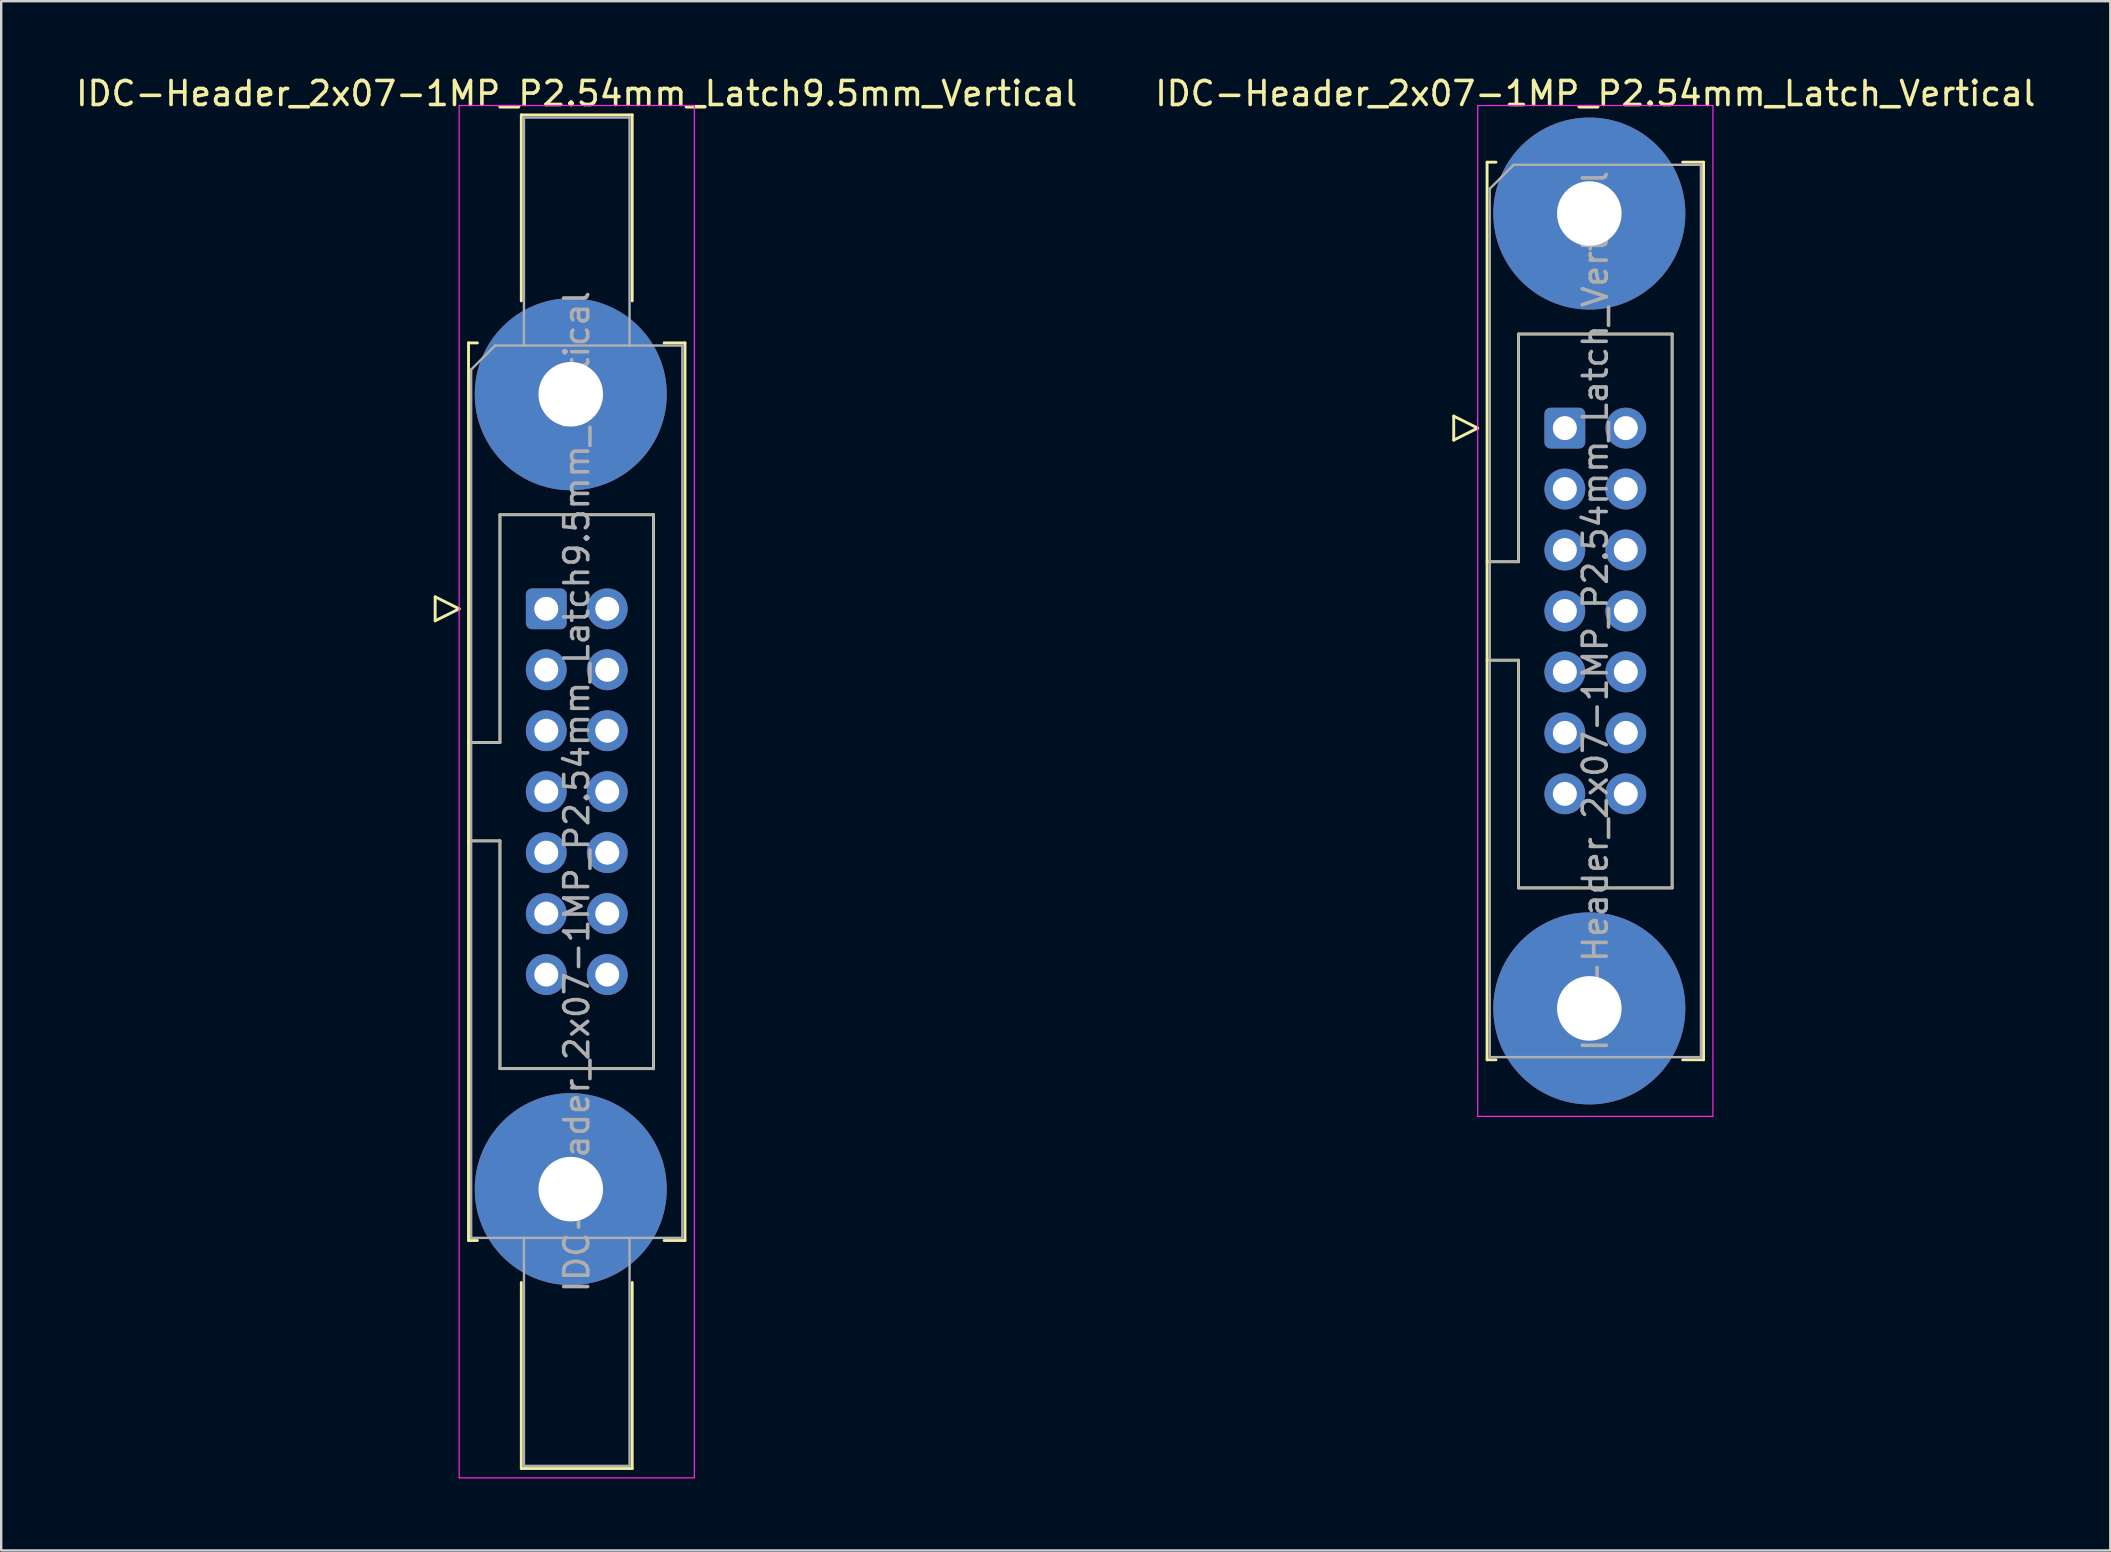
<source format=kicad_pcb>
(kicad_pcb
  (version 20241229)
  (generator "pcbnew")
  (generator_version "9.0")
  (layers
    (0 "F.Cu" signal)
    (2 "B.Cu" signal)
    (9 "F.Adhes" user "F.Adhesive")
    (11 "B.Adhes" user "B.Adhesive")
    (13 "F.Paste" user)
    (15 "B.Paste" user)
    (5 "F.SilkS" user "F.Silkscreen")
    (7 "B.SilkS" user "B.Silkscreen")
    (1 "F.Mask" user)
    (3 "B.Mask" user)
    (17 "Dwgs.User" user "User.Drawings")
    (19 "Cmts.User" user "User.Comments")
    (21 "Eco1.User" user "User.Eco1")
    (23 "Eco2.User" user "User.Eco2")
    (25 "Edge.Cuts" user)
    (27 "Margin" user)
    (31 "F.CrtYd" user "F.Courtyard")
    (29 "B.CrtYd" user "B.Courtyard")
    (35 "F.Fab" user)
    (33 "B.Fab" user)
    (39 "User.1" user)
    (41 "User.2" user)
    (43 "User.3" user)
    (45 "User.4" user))
  (footprint "IDC-Header_2x07-1MP_P2.54mm_Latch9.5mm_Vertical"
    (layer "F.Cu")
    (at 19.712 22.318)
    (property "Reference" "IDC-Header_2x07-1MP_P2.54mm_Latch9.5mm_Vertical" (at 1.27 -21.47 0) (layer "F.SilkS") (effects (font (size 1 1) (thickness 0.15))))
    (attr through_hole)
    (fp_line (start -4.63 -0.5) (end -4.63 0.5) (stroke (width 0.12) (type solid)) (layer "F.SilkS"))
    (fp_line (start -4.63 0.5) (end -3.63 0) (stroke (width 0.12) (type solid)) (layer "F.SilkS"))
    (fp_line (start -3.63 0) (end -4.63 -0.5) (stroke (width 0.12) (type solid)) (layer "F.SilkS"))
    (fp_line (start -3.24 -11.08) (end -3.24 26.32) (stroke (width 0.12) (type solid)) (layer "F.SilkS"))
    (fp_line (start -3.24 5.57) (end -1.93 5.57) (stroke (width 0.12) (type solid)) (layer "F.SilkS"))
    (fp_line (start -3.24 26.32) (end -2.87 26.32) (stroke (width 0.12) (type solid)) (layer "F.SilkS"))
    (fp_line (start -2.87 -11.08) (end -3.24 -11.08) (stroke (width 0.12) (type solid)) (layer "F.SilkS"))
    (fp_line (start -1.93 -3.92) (end 4.47 -3.92) (stroke (width 0.12) (type solid)) (layer "F.SilkS"))
    (fp_line (start -1.93 5.57) (end -1.93 -3.92) (stroke (width 0.12) (type solid)) (layer "F.SilkS"))
    (fp_line (start -1.93 9.67) (end -3.24 9.67) (stroke (width 0.12) (type solid)) (layer "F.SilkS"))
    (fp_line (start -1.93 19.16) (end -1.93 9.67) (stroke (width 0.12) (type solid)) (layer "F.SilkS"))
    (fp_line (start -1.04 -20.58) (end 3.58 -20.58) (stroke (width 0.12) (type solid)) (layer "F.SilkS"))
    (fp_line (start -1.04 -12.83) (end -1.04 -20.58) (stroke (width 0.12) (type solid)) (layer "F.SilkS"))
    (fp_line (start -1.04 28.07) (end -1.04 35.82) (stroke (width 0.12) (type solid)) (layer "F.SilkS"))
    (fp_line (start -1.04 35.82) (end 3.58 35.82) (stroke (width 0.12) (type solid)) (layer "F.SilkS"))
    (fp_line (start 3.58 -20.58) (end 3.58 -12.83) (stroke (width 0.12) (type solid)) (layer "F.SilkS"))
    (fp_line (start 3.58 35.82) (end 3.58 28.07) (stroke (width 0.12) (type solid)) (layer "F.SilkS"))
    (fp_line (start 4.47 -3.92) (end 4.47 19.16) (stroke (width 0.12) (type solid)) (layer "F.SilkS"))
    (fp_line (start 4.47 19.16) (end -1.93 19.16) (stroke (width 0.12) (type solid)) (layer "F.SilkS"))
    (fp_line (start 4.91 -11.08) (end 5.78 -11.08) (stroke (width 0.12) (type solid)) (layer "F.SilkS"))
    (fp_line (start 5.78 -11.08) (end 5.78 26.32) (stroke (width 0.12) (type solid)) (layer "F.SilkS"))
    (fp_line (start 5.78 26.32) (end 4.91 26.32) (stroke (width 0.12) (type solid)) (layer "F.SilkS"))
    (fp_line (start -3.63 -20.97) (end -3.63 36.21) (stroke (width 0.05) (type solid)) (layer "F.CrtYd"))
    (fp_line (start -3.63 36.21) (end 6.17 36.21) (stroke (width 0.05) (type solid)) (layer "F.CrtYd"))
    (fp_line (start 6.17 -20.97) (end -3.63 -20.97) (stroke (width 0.05) (type solid)) (layer "F.CrtYd"))
    (fp_line (start 6.17 36.21) (end 6.17 -20.97) (stroke (width 0.05) (type solid)) (layer "F.CrtYd"))
    (fp_line (start -3.13 -9.97) (end -2.13 -10.97) (stroke (width 0.1) (type solid)) (layer "F.Fab"))
    (fp_line (start -3.13 5.57) (end -1.93 5.57) (stroke (width 0.1) (type solid)) (layer "F.Fab"))
    (fp_line (start -3.13 26.21) (end -3.13 -9.97) (stroke (width 0.1) (type solid)) (layer "F.Fab"))
    (fp_line (start -2.13 -10.97) (end 5.67 -10.97) (stroke (width 0.1) (type solid)) (layer "F.Fab"))
    (fp_line (start -1.93 -3.92) (end 4.47 -3.92) (stroke (width 0.1) (type solid)) (layer "F.Fab"))
    (fp_line (start -1.93 5.57) (end -1.93 -3.92) (stroke (width 0.1) (type solid)) (layer "F.Fab"))
    (fp_line (start -1.93 9.67) (end -3.13 9.67) (stroke (width 0.1) (type solid)) (layer "F.Fab"))
    (fp_line (start -1.93 19.16) (end -1.93 9.67) (stroke (width 0.1) (type solid)) (layer "F.Fab"))
    (fp_line (start -0.93 -20.47) (end 3.47 -20.47) (stroke (width 0.1) (type solid)) (layer "F.Fab"))
    (fp_line (start -0.93 -10.97) (end -0.93 -20.47) (stroke (width 0.1) (type solid)) (layer "F.Fab"))
    (fp_line (start -0.93 26.21) (end -0.93 35.71) (stroke (width 0.1) (type solid)) (layer "F.Fab"))
    (fp_line (start -0.93 35.71) (end 3.47 35.71) (stroke (width 0.1) (type solid)) (layer "F.Fab"))
    (fp_line (start 3.47 -20.47) (end 3.47 -10.97) (stroke (width 0.1) (type solid)) (layer "F.Fab"))
    (fp_line (start 3.47 35.71) (end 3.47 26.21) (stroke (width 0.1) (type solid)) (layer "F.Fab"))
    (fp_line (start 4.47 -3.92) (end 4.47 19.16) (stroke (width 0.1) (type solid)) (layer "F.Fab"))
    (fp_line (start 4.47 19.16) (end -1.93 19.16) (stroke (width 0.1) (type solid)) (layer "F.Fab"))
    (fp_line (start 5.67 -10.97) (end 5.67 26.21) (stroke (width 0.1) (type solid)) (layer "F.Fab"))
    (fp_line (start 5.67 26.21) (end -3.13 26.21) (stroke (width 0.1) (type solid)) (layer "F.Fab"))
    (fp_text user "${REFERENCE}" (at 1.27 7.62 90) (layer "F.Fab") (effects (font (size 1 1) (thickness 0.15))))
    (pad "1" thru_hole roundrect (at 0 0) (size 1.7 1.7) (drill 1) (layers "*.Cu" "*.Mask") (roundrect_rratio 0.147))
    (pad "2" thru_hole circle (at 2.54 0) (size 1.7 1.7) (drill 1) (layers "*.Cu" "*.Mask"))
    (pad "3" thru_hole circle (at 0 2.54) (size 1.7 1.7) (drill 1) (layers "*.Cu" "*.Mask"))
    (pad "4" thru_hole circle (at 2.54 2.54) (size 1.7 1.7) (drill 1) (layers "*.Cu" "*.Mask"))
    (pad "5" thru_hole circle (at 0 5.08) (size 1.7 1.7) (drill 1) (layers "*.Cu" "*.Mask"))
    (pad "6" thru_hole circle (at 2.54 5.08) (size 1.7 1.7) (drill 1) (layers "*.Cu" "*.Mask"))
    (pad "7" thru_hole circle (at 0 7.62) (size 1.7 1.7) (drill 1) (layers "*.Cu" "*.Mask"))
    (pad "8" thru_hole circle (at 2.54 7.62) (size 1.7 1.7) (drill 1) (layers "*.Cu" "*.Mask"))
    (pad "9" thru_hole circle (at 0 10.16) (size 1.7 1.7) (drill 1) (layers "*.Cu" "*.Mask"))
    (pad "10" thru_hole circle (at 2.54 10.16) (size 1.7 1.7) (drill 1) (layers "*.Cu" "*.Mask"))
    (pad "11" thru_hole circle (at 0 12.7) (size 1.7 1.7) (drill 1) (layers "*.Cu" "*.Mask"))
    (pad "12" thru_hole circle (at 2.54 12.7) (size 1.7 1.7) (drill 1) (layers "*.Cu" "*.Mask"))
    (pad "13" thru_hole circle (at 0 15.24) (size 1.7 1.7) (drill 1) (layers "*.Cu" "*.Mask"))
    (pad "14" thru_hole circle (at 2.54 15.24) (size 1.7 1.7) (drill 1) (layers "*.Cu" "*.Mask"))
    (pad "MP" thru_hole circle (at 1.02 -8.94) (size 8 8) (drill 2.69) (layers "*.Cu" "*.Mask"))
    (pad "MP" thru_hole circle (at 1.02 24.18) (size 8 8) (drill 2.69) (layers "*.Cu" "*.Mask")))
  (footprint "IDC-Header_2x07-1MP_P2.54mm_Latch_Vertical"
    (layer "F.Cu")
    (at 62.153 14.788)
    (property "Reference" "IDC-Header_2x07-1MP_P2.54mm_Latch_Vertical" (at 1.27 -13.94 0) (layer "F.SilkS") (effects (font (size 1 1) (thickness 0.15))))
    (attr through_hole)
    (fp_line (start -4.63 -0.5) (end -4.63 0.5) (stroke (width 0.12) (type solid)) (layer "F.SilkS"))
    (fp_line (start -4.63 0.5) (end -3.63 0) (stroke (width 0.12) (type solid)) (layer "F.SilkS"))
    (fp_line (start -3.63 0) (end -4.63 -0.5) (stroke (width 0.12) (type solid)) (layer "F.SilkS"))
    (fp_line (start -3.24 -11.08) (end -3.24 26.32) (stroke (width 0.12) (type solid)) (layer "F.SilkS"))
    (fp_line (start -3.24 5.57) (end -1.93 5.57) (stroke (width 0.12) (type solid)) (layer "F.SilkS"))
    (fp_line (start -3.24 26.32) (end -2.87 26.32) (stroke (width 0.12) (type solid)) (layer "F.SilkS"))
    (fp_line (start -2.87 -11.08) (end -3.24 -11.08) (stroke (width 0.12) (type solid)) (layer "F.SilkS"))
    (fp_line (start -1.93 -3.92) (end 4.47 -3.92) (stroke (width 0.12) (type solid)) (layer "F.SilkS"))
    (fp_line (start -1.93 5.57) (end -1.93 -3.92) (stroke (width 0.12) (type solid)) (layer "F.SilkS"))
    (fp_line (start -1.93 9.67) (end -3.24 9.67) (stroke (width 0.12) (type solid)) (layer "F.SilkS"))
    (fp_line (start -1.93 19.16) (end -1.93 9.67) (stroke (width 0.12) (type solid)) (layer "F.SilkS"))
    (fp_line (start 4.47 -3.92) (end 4.47 19.16) (stroke (width 0.12) (type solid)) (layer "F.SilkS"))
    (fp_line (start 4.47 19.16) (end -1.93 19.16) (stroke (width 0.12) (type solid)) (layer "F.SilkS"))
    (fp_line (start 4.91 -11.08) (end 5.78 -11.08) (stroke (width 0.12) (type solid)) (layer "F.SilkS"))
    (fp_line (start 5.78 -11.08) (end 5.78 26.32) (stroke (width 0.12) (type solid)) (layer "F.SilkS"))
    (fp_line (start 5.78 26.32) (end 4.91 26.32) (stroke (width 0.12) (type solid)) (layer "F.SilkS"))
    (fp_line (start -3.63 -13.44) (end -3.63 28.68) (stroke (width 0.05) (type solid)) (layer "F.CrtYd"))
    (fp_line (start -3.63 28.68) (end 6.17 28.68) (stroke (width 0.05) (type solid)) (layer "F.CrtYd"))
    (fp_line (start 6.17 -13.44) (end -3.63 -13.44) (stroke (width 0.05) (type solid)) (layer "F.CrtYd"))
    (fp_line (start 6.17 28.68) (end 6.17 -13.44) (stroke (width 0.05) (type solid)) (layer "F.CrtYd"))
    (fp_line (start -3.13 -9.97) (end -2.13 -10.97) (stroke (width 0.1) (type solid)) (layer "F.Fab"))
    (fp_line (start -3.13 5.57) (end -1.93 5.57) (stroke (width 0.1) (type solid)) (layer "F.Fab"))
    (fp_line (start -3.13 26.21) (end -3.13 -9.97) (stroke (width 0.1) (type solid)) (layer "F.Fab"))
    (fp_line (start -2.13 -10.97) (end 5.67 -10.97) (stroke (width 0.1) (type solid)) (layer "F.Fab"))
    (fp_line (start -1.93 -3.92) (end 4.47 -3.92) (stroke (width 0.1) (type solid)) (layer "F.Fab"))
    (fp_line (start -1.93 5.57) (end -1.93 -3.92) (stroke (width 0.1) (type solid)) (layer "F.Fab"))
    (fp_line (start -1.93 9.67) (end -3.13 9.67) (stroke (width 0.1) (type solid)) (layer "F.Fab"))
    (fp_line (start -1.93 19.16) (end -1.93 9.67) (stroke (width 0.1) (type solid)) (layer "F.Fab"))
    (fp_line (start 4.47 -3.92) (end 4.47 19.16) (stroke (width 0.1) (type solid)) (layer "F.Fab"))
    (fp_line (start 4.47 19.16) (end -1.93 19.16) (stroke (width 0.1) (type solid)) (layer "F.Fab"))
    (fp_line (start 5.67 -10.97) (end 5.67 26.21) (stroke (width 0.1) (type solid)) (layer "F.Fab"))
    (fp_line (start 5.67 26.21) (end -3.13 26.21) (stroke (width 0.1) (type solid)) (layer "F.Fab"))
    (fp_text user "${REFERENCE}" (at 1.27 7.62 90) (layer "F.Fab") (effects (font (size 1 1) (thickness 0.15))))
    (pad "1" thru_hole roundrect (at 0 0) (size 1.7 1.7) (drill 1) (layers "*.Cu" "*.Mask") (roundrect_rratio 0.147))
    (pad "2" thru_hole circle (at 2.54 0) (size 1.7 1.7) (drill 1) (layers "*.Cu" "*.Mask"))
    (pad "3" thru_hole circle (at 0 2.54) (size 1.7 1.7) (drill 1) (layers "*.Cu" "*.Mask"))
    (pad "4" thru_hole circle (at 2.54 2.54) (size 1.7 1.7) (drill 1) (layers "*.Cu" "*.Mask"))
    (pad "5" thru_hole circle (at 0 5.08) (size 1.7 1.7) (drill 1) (layers "*.Cu" "*.Mask"))
    (pad "6" thru_hole circle (at 2.54 5.08) (size 1.7 1.7) (drill 1) (layers "*.Cu" "*.Mask"))
    (pad "7" thru_hole circle (at 0 7.62) (size 1.7 1.7) (drill 1) (layers "*.Cu" "*.Mask"))
    (pad "8" thru_hole circle (at 2.54 7.62) (size 1.7 1.7) (drill 1) (layers "*.Cu" "*.Mask"))
    (pad "9" thru_hole circle (at 0 10.16) (size 1.7 1.7) (drill 1) (layers "*.Cu" "*.Mask"))
    (pad "10" thru_hole circle (at 2.54 10.16) (size 1.7 1.7) (drill 1) (layers "*.Cu" "*.Mask"))
    (pad "11" thru_hole circle (at 0 12.7) (size 1.7 1.7) (drill 1) (layers "*.Cu" "*.Mask"))
    (pad "12" thru_hole circle (at 2.54 12.7) (size 1.7 1.7) (drill 1) (layers "*.Cu" "*.Mask"))
    (pad "13" thru_hole circle (at 0 15.24) (size 1.7 1.7) (drill 1) (layers "*.Cu" "*.Mask"))
    (pad "14" thru_hole circle (at 2.54 15.24) (size 1.7 1.7) (drill 1) (layers "*.Cu" "*.Mask"))
    (pad "MP" thru_hole circle (at 1.02 -8.94) (size 8 8) (drill 2.69) (layers "*.Cu" "*.Mask"))
    (pad "MP" thru_hole circle (at 1.02 24.18) (size 8 8) (drill 2.69) (layers "*.Cu" "*.Mask")))
  (gr_rect
    (start -3 -3)
    (end 84.881 61.553)
    (stroke (width 0.1) (type default))
    (fill no)
    (layer "Edge.Cuts")))
</source>
